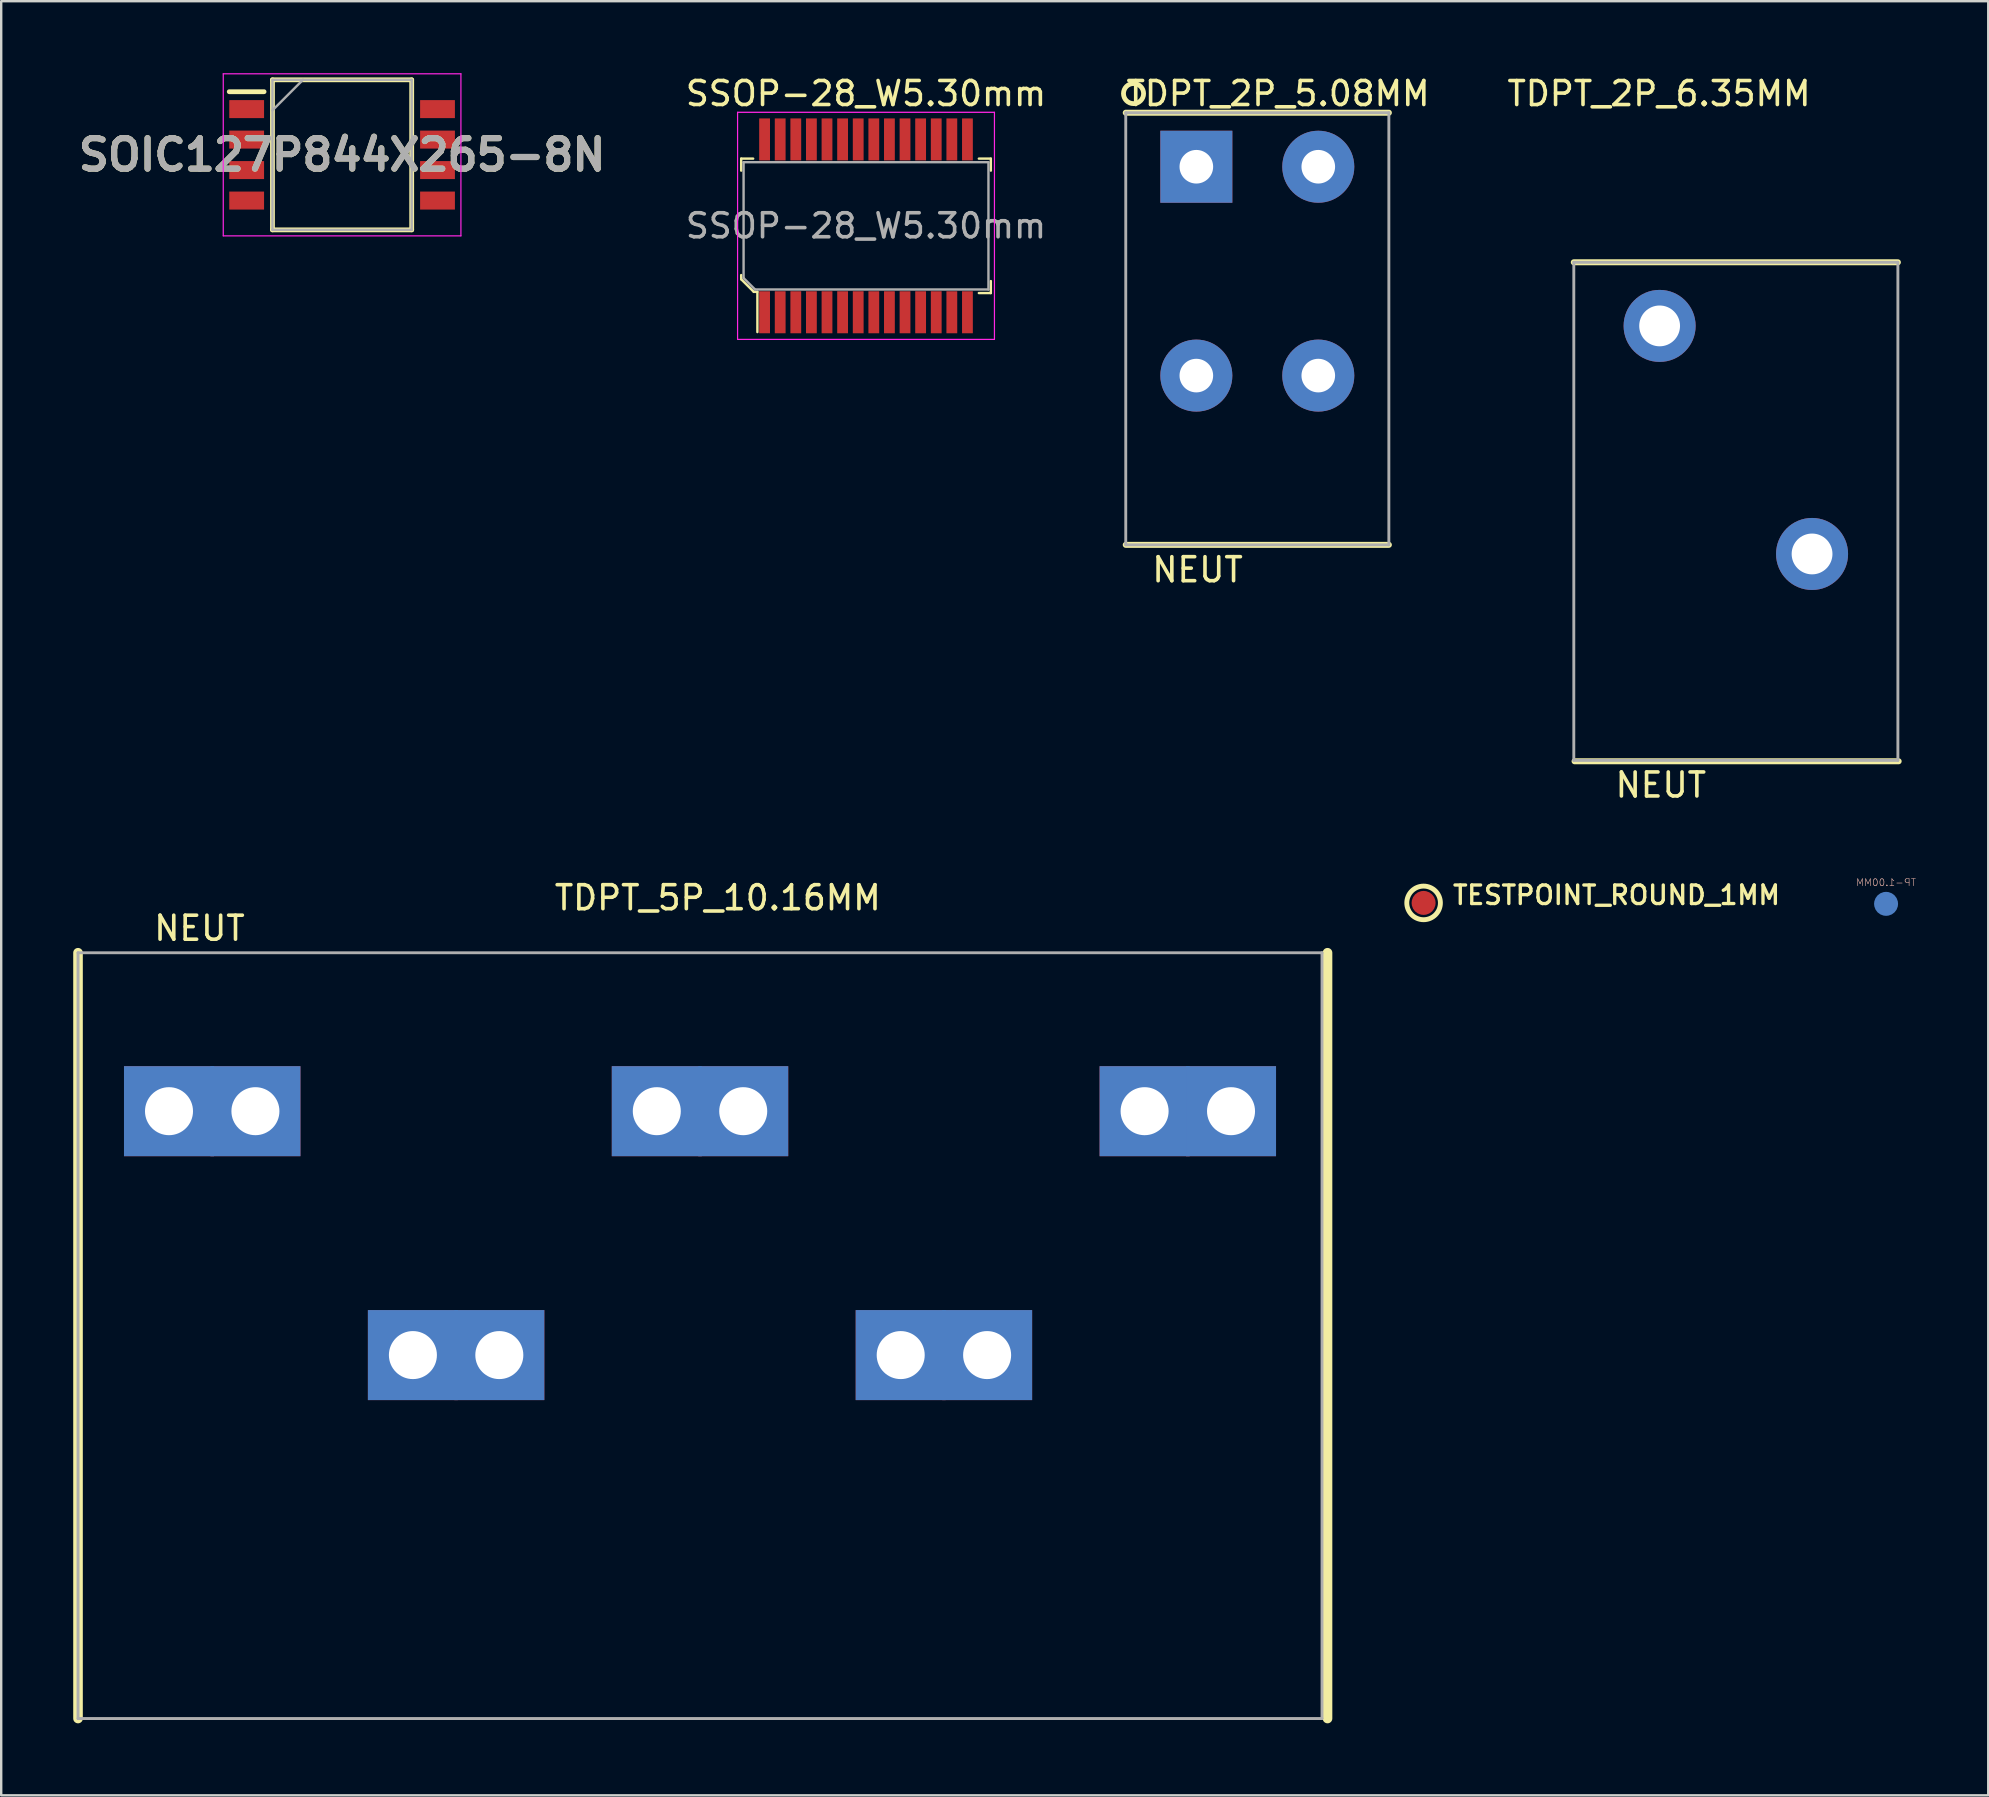
<source format=kicad_pcb>
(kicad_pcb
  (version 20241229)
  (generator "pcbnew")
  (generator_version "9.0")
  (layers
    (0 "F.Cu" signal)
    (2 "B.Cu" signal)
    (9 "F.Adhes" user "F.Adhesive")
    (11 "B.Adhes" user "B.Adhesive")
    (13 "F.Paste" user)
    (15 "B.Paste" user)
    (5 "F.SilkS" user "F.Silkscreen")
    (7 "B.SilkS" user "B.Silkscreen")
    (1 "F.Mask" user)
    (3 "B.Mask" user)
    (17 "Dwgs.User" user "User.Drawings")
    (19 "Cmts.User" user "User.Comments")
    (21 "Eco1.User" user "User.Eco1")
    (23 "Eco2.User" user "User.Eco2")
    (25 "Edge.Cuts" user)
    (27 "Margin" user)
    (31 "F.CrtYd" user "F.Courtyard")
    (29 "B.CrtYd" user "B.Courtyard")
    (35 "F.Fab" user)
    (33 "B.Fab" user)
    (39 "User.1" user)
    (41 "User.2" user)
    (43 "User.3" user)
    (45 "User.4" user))
  (footprint "SOIC127P844X265-8N"
    (layer "F.Cu")
    (at 11.2 3.4)
    (property "Reference" "SOIC127P844X265-8N" (at 0 0 0) (layer "F.SilkS") (effects (font (size 1.27 1.27) (thickness 0.254))))
    (attr smd)
    (fp_line (start -4.7 -2.63) (end -3.25 -2.63) (stroke (width 0.2) (type solid)) (layer "F.SilkS"))
    (fp_line (start -2.9 -3.125) (end 2.9 -3.125) (stroke (width 0.2) (type solid)) (layer "F.SilkS"))
    (fp_line (start -2.9 3.125) (end -2.9 -3.125) (stroke (width 0.2) (type solid)) (layer "F.SilkS"))
    (fp_line (start 2.9 -3.125) (end 2.9 3.125) (stroke (width 0.2) (type solid)) (layer "F.SilkS"))
    (fp_line (start 2.9 3.125) (end -2.9 3.125) (stroke (width 0.2) (type solid)) (layer "F.SilkS"))
    (fp_line (start -4.95 -3.375) (end 4.95 -3.375) (stroke (width 0.05) (type solid)) (layer "F.CrtYd"))
    (fp_line (start -4.95 3.375) (end -4.95 -3.375) (stroke (width 0.05) (type solid)) (layer "F.CrtYd"))
    (fp_line (start 4.95 -3.375) (end 4.95 3.375) (stroke (width 0.05) (type solid)) (layer "F.CrtYd"))
    (fp_line (start 4.95 3.375) (end -4.95 3.375) (stroke (width 0.05) (type solid)) (layer "F.CrtYd"))
    (fp_line (start -2.9 -3.125) (end 2.9 -3.125) (stroke (width 0.1) (type solid)) (layer "F.Fab"))
    (fp_line (start -2.9 -1.855) (end -1.63 -3.125) (stroke (width 0.1) (type solid)) (layer "F.Fab"))
    (fp_line (start -2.9 3.125) (end -2.9 -3.125) (stroke (width 0.1) (type solid)) (layer "F.Fab"))
    (fp_line (start 2.9 -3.125) (end 2.9 3.125) (stroke (width 0.1) (type solid)) (layer "F.Fab"))
    (fp_line (start 2.9 3.125) (end -2.9 3.125) (stroke (width 0.1) (type solid)) (layer "F.Fab"))
    (fp_text user "${REFERENCE}" (at 0 0 0) (layer "F.Fab") (effects (font (size 1.27 1.27) (thickness 0.254))))
    (pad "1" smd rect (at -3.975 -1.905 90) (size 0.75 1.45) (layers "F.Cu" "F.Mask" "F.Paste"))
    (pad "2" smd rect (at -3.975 -0.635 90) (size 0.75 1.45) (layers "F.Cu" "F.Mask" "F.Paste"))
    (pad "3" smd rect (at -3.975 0.635 90) (size 0.75 1.45) (layers "F.Cu" "F.Mask" "F.Paste"))
    (pad "4" smd rect (at -3.975 1.905 90) (size 0.75 1.45) (layers "F.Cu" "F.Mask" "F.Paste"))
    (pad "5" smd rect (at 3.975 1.905 90) (size 0.75 1.45) (layers "F.Cu" "F.Mask" "F.Paste"))
    (pad "6" smd rect (at 3.975 0.635 90) (size 0.75 1.45) (layers "F.Cu" "F.Mask" "F.Paste"))
    (pad "7" smd rect (at 3.975 -0.635 90) (size 0.75 1.45) (layers "F.Cu" "F.Mask" "F.Paste"))
    (pad "8" smd rect (at 3.975 -1.905 90) (size 0.75 1.45) (layers "F.Cu" "F.Mask" "F.Paste")))
  (footprint "TESTPOINT_ROUND_1MM"
    (layer "F.Cu")
    (at 56.252 34.562)
    (property "Reference" "TESTPOINT_ROUND_1MM" (at 1.143 0.127 0) (layer "F.SilkS") (effects (font (size 0.772 0.772) (thickness 0.139)) (justify left bottom)))
    (attr through_hole)
    (fp_circle (center 0 0) (end 0.7 0) (stroke (width 0.203) (type solid)) (fill no) (layer "F.SilkS"))
    (pad "P$1" smd roundrect (at 0 0) (size 1 1) (layers "F.Cu" "F.Mask") (roundrect_rratio 0.5)))
  (footprint "SSOP-28_W5.30mm"
    (layer "F.Cu")
    (at 33.025 6.358)
    (property "Reference" "SSOP-28_W5.30mm" (at 0 -5.51 0) (layer "F.SilkS") (effects (font (size 1 1) (thickness 0.15))))
    (attr smd)
    (fp_line (start -5.2 -2.8) (end -5.2 -2.3) (stroke (width 0.1) (type solid)) (layer "F.SilkS"))
    (fp_line (start -5.2 -2.8) (end -4.7 -2.8) (stroke (width 0.1) (type solid)) (layer "F.SilkS"))
    (fp_line (start -5.2 2.05) (end -5.2 2.225) (stroke (width 0.1) (type solid)) (layer "F.SilkS"))
    (fp_line (start -5.2 2.225) (end -4.675 2.75) (stroke (width 0.1) (type solid)) (layer "F.SilkS"))
    (fp_line (start -4.675 2.75) (end -4.525 2.75) (stroke (width 0.1) (type solid)) (layer "F.SilkS"))
    (fp_line (start -4.525 2.75) (end -4.525 4.425) (stroke (width 0.1) (type solid)) (layer "F.SilkS"))
    (fp_line (start 5.2 -2.8) (end 4.7 -2.8) (stroke (width 0.1) (type solid)) (layer "F.SilkS"))
    (fp_line (start 5.2 -2.8) (end 5.2 -2.3) (stroke (width 0.1) (type solid)) (layer "F.SilkS"))
    (fp_line (start 5.2 2.8) (end 4.7 2.8) (stroke (width 0.1) (type solid)) (layer "F.SilkS"))
    (fp_line (start 5.2 2.8) (end 5.2 2.3) (stroke (width 0.1) (type solid)) (layer "F.SilkS"))
    (fp_line (start -5.35 -4.73) (end -5.35 4.73) (stroke (width 0.05) (type solid)) (layer "F.CrtYd"))
    (fp_line (start -5.35 -4.73) (end 5.35 -4.73) (stroke (width 0.05) (type solid)) (layer "F.CrtYd"))
    (fp_line (start -5.35 4.73) (end 5.35 4.73) (stroke (width 0.05) (type solid)) (layer "F.CrtYd"))
    (fp_line (start 5.35 -4.73) (end 5.35 4.73) (stroke (width 0.05) (type solid)) (layer "F.CrtYd"))
    (fp_line (start -5.1 -2.65) (end 5.1 -2.65) (stroke (width 0.1) (type solid)) (layer "F.Fab"))
    (fp_line (start -5.1 2.175) (end -5.1 -2.65) (stroke (width 0.1) (type solid)) (layer "F.Fab"))
    (fp_line (start -5.1 2.175) (end -4.625 2.65) (stroke (width 0.1) (type solid)) (layer "F.Fab"))
    (fp_line (start -4.625 2.65) (end 5.1 2.65) (stroke (width 0.1) (type solid)) (layer "F.Fab"))
    (fp_line (start 5.1 -2.65) (end 5.1 2.65) (stroke (width 0.1) (type solid)) (layer "F.Fab"))
    (fp_text user "${REFERENCE}" (at 0 0 0) (layer "F.Fab") (effects (font (size 1 1) (thickness 0.15))))
    (pad "1" smd rect (at -4.225 3.6) (size 0.45 1.75) (layers "F.Cu" "F.Mask" "F.Paste"))
    (pad "2" smd rect (at -3.575 3.6) (size 0.45 1.75) (layers "F.Cu" "F.Mask" "F.Paste"))
    (pad "3" smd rect (at -2.925 3.6) (size 0.45 1.75) (layers "F.Cu" "F.Mask" "F.Paste"))
    (pad "4" smd rect (at -2.275 3.6) (size 0.45 1.75) (layers "F.Cu" "F.Mask" "F.Paste"))
    (pad "5" smd rect (at -1.625 3.6) (size 0.45 1.75) (layers "F.Cu" "F.Mask" "F.Paste"))
    (pad "6" smd rect (at -0.975 3.6) (size 0.45 1.75) (layers "F.Cu" "F.Mask" "F.Paste"))
    (pad "7" smd rect (at -0.325 3.6) (size 0.45 1.75) (layers "F.Cu" "F.Mask" "F.Paste"))
    (pad "8" smd rect (at 0.325 3.6) (size 0.45 1.75) (layers "F.Cu" "F.Mask" "F.Paste"))
    (pad "9" smd rect (at 0.975 3.6) (size 0.45 1.75) (layers "F.Cu" "F.Mask" "F.Paste"))
    (pad "10" smd rect (at 1.625 3.6) (size 0.45 1.75) (layers "F.Cu" "F.Mask" "F.Paste"))
    (pad "11" smd rect (at 2.275 3.6) (size 0.45 1.75) (layers "F.Cu" "F.Mask" "F.Paste"))
    (pad "12" smd rect (at 2.925 3.6) (size 0.45 1.75) (layers "F.Cu" "F.Mask" "F.Paste"))
    (pad "13" smd rect (at 3.575 3.6) (size 0.45 1.75) (layers "F.Cu" "F.Mask" "F.Paste"))
    (pad "14" smd rect (at 4.225 3.6) (size 0.45 1.75) (layers "F.Cu" "F.Mask" "F.Paste"))
    (pad "15" smd rect (at 4.225 -3.6) (size 0.45 1.75) (layers "F.Cu" "F.Mask" "F.Paste"))
    (pad "16" smd rect (at 3.575 -3.6) (size 0.45 1.75) (layers "F.Cu" "F.Mask" "F.Paste"))
    (pad "17" smd rect (at 2.925 -3.6) (size 0.45 1.75) (layers "F.Cu" "F.Mask" "F.Paste"))
    (pad "18" smd rect (at 2.275 -3.6) (size 0.45 1.75) (layers "F.Cu" "F.Mask" "F.Paste"))
    (pad "19" smd rect (at 1.625 -3.6) (size 0.45 1.75) (layers "F.Cu" "F.Mask" "F.Paste"))
    (pad "20" smd rect (at 0.975 -3.6) (size 0.45 1.75) (layers "F.Cu" "F.Mask" "F.Paste"))
    (pad "21" smd rect (at 0.325 -3.6) (size 0.45 1.75) (layers "F.Cu" "F.Mask" "F.Paste"))
    (pad "22" smd rect (at -0.325 -3.6) (size 0.45 1.75) (layers "F.Cu" "F.Mask" "F.Paste"))
    (pad "23" smd rect (at -0.975 -3.6) (size 0.45 1.75) (layers "F.Cu" "F.Mask" "F.Paste"))
    (pad "24" smd rect (at -1.625 -3.6) (size 0.45 1.75) (layers "F.Cu" "F.Mask" "F.Paste"))
    (pad "25" smd rect (at -2.275 -3.6) (size 0.45 1.75) (layers "F.Cu" "F.Mask" "F.Paste"))
    (pad "26" smd rect (at -2.925 -3.6) (size 0.45 1.75) (layers "F.Cu" "F.Mask" "F.Paste"))
    (pad "27" smd rect (at -3.575 -3.6) (size 0.45 1.75) (layers "F.Cu" "F.Mask" "F.Paste"))
    (pad "28" smd rect (at -4.225 -3.6) (size 0.45 1.75) (layers "F.Cu" "F.Mask" "F.Paste")))
  (footprint "TDPT_2P_5.08MM"
    (layer "F.Cu")
    (at 46.785 3.896)
    (property "Reference" "TDPT_2P_5.08MM" (at 3.404 -3.048 0) (layer "F.SilkS") (effects (font (size 1 1) (thickness 0.15))))
    (attr through_hole)
    (fp_line (start -2.94 -2.25) (end 8.02 -2.25) (stroke (width 0.25) (type solid)) (layer "F.SilkS"))
    (fp_line (start -2.94 15.75) (end 8.02 15.75) (stroke (width 0.25) (type solid)) (layer "F.SilkS"))
    (fp_circle (center -2.616 -3.048) (end -2.21 -3.15) (stroke (width 0.2) (type solid)) (fill no) (layer "F.SilkS"))
    (fp_line (start -2.94 -2.25) (end -2.94 15.75) (stroke (width 0.12) (type solid)) (layer "F.Fab"))
    (fp_line (start -2.94 -2.25) (end 8.02 -2.25) (stroke (width 0.12) (type solid)) (layer "F.Fab"))
    (fp_line (start -2.94 15.75) (end 8.002 15.75) (stroke (width 0.12) (type solid)) (layer "F.Fab"))
    (fp_line (start 8.02 -2.25) (end 8.02 15.75) (stroke (width 0.12) (type solid)) (layer "F.Fab"))
    (fp_text user "NEUT" (at 0.051 16.789 0) (layer "F.SilkS") (effects (font (size 1 1) (thickness 0.15))))
    (pad "1" thru_hole rect (at 0 0) (size 3 3) (drill 1.4) (layers "*.Cu" "*.Mask"))
    (pad "1" thru_hole circle (at 0 8.7) (size 3 3) (drill 1.4) (layers "*.Cu" "*.Mask"))
    (pad "2" thru_hole circle (at 5.08 0) (size 3 3) (drill 1.4) (layers "*.Cu" "*.Mask"))
    (pad "2" thru_hole circle (at 5.08 8.7) (size 3 3) (drill 1.4) (layers "*.Cu" "*.Mask")))
  (footprint "TDPT_5P_10.16MM"
    (layer "F.Cu")
    (at 3.99 43.238)
    (property "Reference" "TDPT_5P_10.16MM" (at 22.86 -8.89 0) (layer "F.SilkS") (effects (font (size 1 1) (thickness 0.15))))
    (attr through_hole)
    (fp_line (start -3.79 -6.6) (end -3.79 25.3) (stroke (width 0.4) (type solid)) (layer "F.SilkS"))
    (fp_line (start 48.26 -6.6) (end 48.26 25.3) (stroke (width 0.4) (type solid)) (layer "F.SilkS"))
    (fp_line (start -3.79 -6.6) (end -3.79 25.3) (stroke (width 0.12) (type solid)) (layer "F.Fab"))
    (fp_line (start -3.79 -6.6) (end 48.03 -6.6) (stroke (width 0.12) (type solid)) (layer "F.Fab"))
    (fp_line (start 48.03 -6.6) (end 48.03 25.3) (stroke (width 0.12) (type solid)) (layer "F.Fab"))
    (fp_line (start 48.03 25.3) (end -3.79 25.3) (stroke (width 0.12) (type solid)) (layer "F.Fab"))
    (fp_text user "NEUT" (at 1.27 -7.62 0) (layer "F.SilkS") (effects (font (size 1 1) (thickness 0.15))))
    (pad "1" thru_hole rect (at 0 0 90) (size 3.75 3.75) (drill 2) (layers "*.Cu" "*.Mask"))
    (pad "2" thru_hole rect (at 3.6 0 90) (size 3.75 3.75) (drill 2) (layers "*.Cu" "*.Mask"))
    (pad "3" thru_hole rect (at 10.16 10.16 90) (size 3.75 3.75) (drill 2) (layers "*.Cu" "*.Mask"))
    (pad "4" thru_hole rect (at 13.76 10.16 90) (size 3.75 3.75) (drill 2) (layers "*.Cu" "*.Mask"))
    (pad "5" thru_hole rect (at 20.32 0 90) (size 3.75 3.75) (drill 2) (layers "*.Cu" "*.Mask"))
    (pad "6" thru_hole rect (at 23.92 0 90) (size 3.75 3.75) (drill 2) (layers "*.Cu" "*.Mask"))
    (pad "7" thru_hole rect (at 30.48 10.16 90) (size 3.75 3.75) (drill 2) (layers "*.Cu" "*.Mask"))
    (pad "8" thru_hole rect (at 34.08 10.16 90) (size 3.75 3.75) (drill 2) (layers "*.Cu" "*.Mask"))
    (pad "9" thru_hole rect (at 40.64 0 90) (size 3.75 3.75) (drill 2) (layers "*.Cu" "*.Mask"))
    (pad "10" thru_hole rect (at 44.24 0 90) (size 3.75 3.75) (drill 2) (layers "*.Cu" "*.Mask")))
  (footprint "TDPT_2P_6.35MM"
    (layer "F.Cu")
    (at 66.084 10.526)
    (property "Reference" "TDPT_2P_6.35MM" (at -0.025 -9.677 0) (layer "F.SilkS") (effects (font (size 1 1) (thickness 0.15))))
    (attr through_hole)
    (fp_line (start -3.575 -2.65) (end 9.925 -2.65) (stroke (width 0.25) (type solid)) (layer "F.SilkS"))
    (fp_line (start -3.543 18.136) (end 9.957 18.136) (stroke (width 0.25) (type solid)) (layer "F.SilkS"))
    (fp_line (start -3.575 -2.65) (end -3.575 18.1) (stroke (width 0.12) (type solid)) (layer "F.Fab"))
    (fp_line (start -3.575 -2.65) (end 9.925 -2.65) (stroke (width 0.12) (type solid)) (layer "F.Fab"))
    (fp_line (start -3.575 18.1) (end 9.925 18.1) (stroke (width 0.12) (type solid)) (layer "F.Fab"))
    (fp_line (start 9.925 -2.65) (end 9.925 18.1) (stroke (width 0.12) (type solid)) (layer "F.Fab"))
    (fp_text user "NEUT" (at 0.051 19.126 0) (layer "F.SilkS") (effects (font (size 1 1) (thickness 0.15))))
    (pad "1" thru_hole circle (at 0 0) (size 3 3) (drill 1.7) (layers "*.Cu" "*.Mask"))
    (pad "2" thru_hole circle (at 6.35 9.5) (size 3 3) (drill 1.7) (layers "*.Cu" "*.Mask")))
  (footprint "TP-1.00MM"
    (layer "F.Cu")
    (at 75.517 34.601)
    (property "Reference" "TP-1.00MM" (at 0 -0.889 0) (layer "B.SilkS") (effects (font (size 0.29 0.29) (thickness 0.024)) (justify mirror)))
    (attr through_hole)
    (pad "X" smd roundrect (at 0 0) (size 1 1) (layers "B.Cu" "B.Mask") (roundrect_rratio 0.5)))
  (gr_rect
    (start -3 -3)
    (end 79.773 71.738)
    (stroke (width 0.1) (type default))
    (fill no)
    (layer "Edge.Cuts")))
</source>
